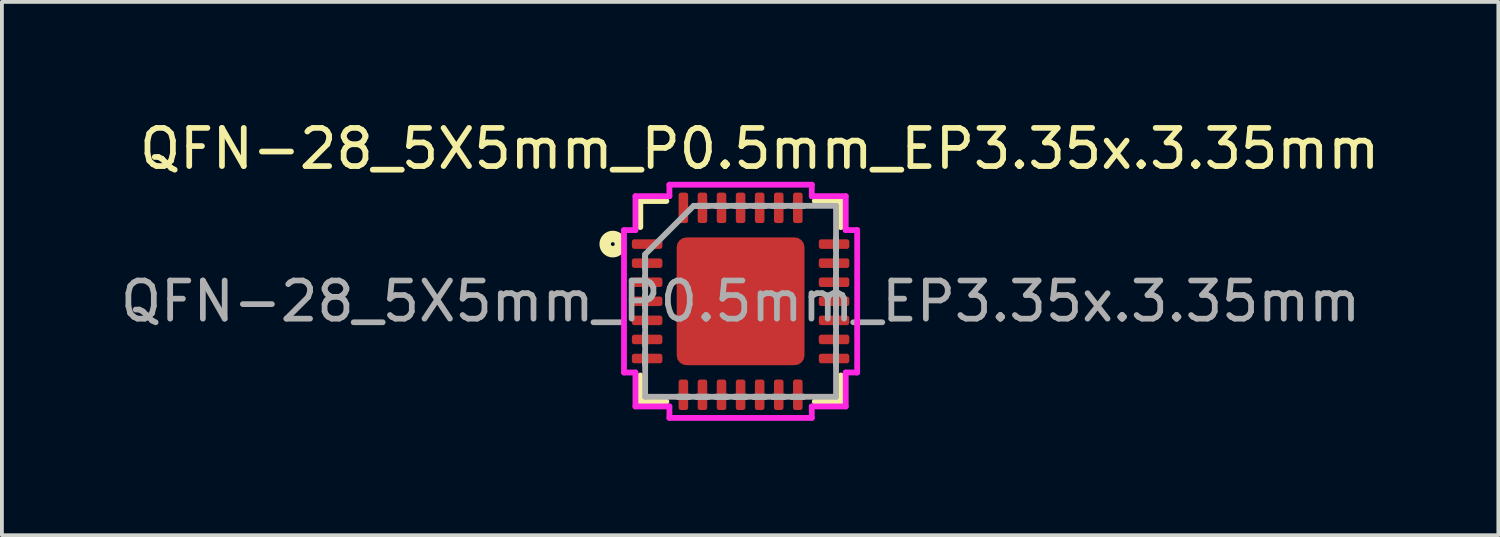
<source format=kicad_pcb>
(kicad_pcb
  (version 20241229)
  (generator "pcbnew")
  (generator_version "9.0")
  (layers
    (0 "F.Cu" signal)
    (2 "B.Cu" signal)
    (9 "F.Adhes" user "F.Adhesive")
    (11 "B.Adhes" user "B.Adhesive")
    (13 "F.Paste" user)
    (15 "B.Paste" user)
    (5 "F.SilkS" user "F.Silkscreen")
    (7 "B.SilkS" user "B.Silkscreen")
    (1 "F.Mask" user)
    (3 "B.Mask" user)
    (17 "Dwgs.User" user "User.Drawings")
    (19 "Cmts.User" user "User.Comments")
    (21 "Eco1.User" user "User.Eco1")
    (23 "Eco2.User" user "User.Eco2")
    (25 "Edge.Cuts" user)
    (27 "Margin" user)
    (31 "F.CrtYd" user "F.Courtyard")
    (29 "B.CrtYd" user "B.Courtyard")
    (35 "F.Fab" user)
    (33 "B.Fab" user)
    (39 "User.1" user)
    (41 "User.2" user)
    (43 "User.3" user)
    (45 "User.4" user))
  (footprint "QFN-28_5X5mm_P0.5mm_EP3.35x.3.35mm"
    (layer "F.Cu")
    (at 16.363 4.848)
    (property "Reference" "QFN-28_5X5mm_P0.5mm_EP3.35x.3.35mm" (at 0.5 -4 0) (layer "F.SilkS") (effects (font (size 1 1) (thickness 0.15))))
    (attr smd)
    (fp_line (start -2.629 -2.629) (end -2.629 -1.945) (stroke (width 0.152) (type solid)) (layer "F.SilkS"))
    (fp_line (start -2.629 1.945) (end -2.629 2.629) (stroke (width 0.152) (type solid)) (layer "F.SilkS"))
    (fp_line (start -2.629 2.629) (end -1.945 2.629) (stroke (width 0.152) (type solid)) (layer "F.SilkS"))
    (fp_line (start -1.945 -2.629) (end -2.629 -2.629) (stroke (width 0.152) (type solid)) (layer "F.SilkS"))
    (fp_line (start 1.945 2.629) (end 2.629 2.629) (stroke (width 0.152) (type solid)) (layer "F.SilkS"))
    (fp_line (start 2.629 -2.629) (end 1.945 -2.629) (stroke (width 0.152) (type solid)) (layer "F.SilkS"))
    (fp_line (start 2.629 -1.945) (end 2.629 -2.629) (stroke (width 0.152) (type solid)) (layer "F.SilkS"))
    (fp_line (start 2.629 2.629) (end 2.629 1.945) (stroke (width 0.152) (type solid)) (layer "F.SilkS"))
    (fp_circle (center -3.35 -1.5) (end -3.3 -1.5) (stroke (width 0.3) (type solid)) (fill no) (layer "F.SilkS"))
    (fp_line (start -3.056 -1.866) (end -2.756 -1.866) (stroke (width 0.152) (type solid)) (layer "F.CrtYd"))
    (fp_line (start -3.056 1.866) (end -3.056 -1.866) (stroke (width 0.152) (type solid)) (layer "F.CrtYd"))
    (fp_line (start -2.756 -2.756) (end -1.866 -2.756) (stroke (width 0.152) (type solid)) (layer "F.CrtYd"))
    (fp_line (start -2.756 -1.866) (end -2.756 -2.756) (stroke (width 0.152) (type solid)) (layer "F.CrtYd"))
    (fp_line (start -2.756 1.866) (end -3.056 1.866) (stroke (width 0.152) (type solid)) (layer "F.CrtYd"))
    (fp_line (start -2.756 2.756) (end -2.756 1.866) (stroke (width 0.152) (type solid)) (layer "F.CrtYd"))
    (fp_line (start -1.866 -3.056) (end 1.866 -3.056) (stroke (width 0.152) (type solid)) (layer "F.CrtYd"))
    (fp_line (start -1.866 -2.756) (end -1.866 -3.056) (stroke (width 0.152) (type solid)) (layer "F.CrtYd"))
    (fp_line (start -1.866 2.756) (end -2.756 2.756) (stroke (width 0.152) (type solid)) (layer "F.CrtYd"))
    (fp_line (start -1.866 3.056) (end -1.866 2.756) (stroke (width 0.152) (type solid)) (layer "F.CrtYd"))
    (fp_line (start 1.866 -3.056) (end 1.866 -2.756) (stroke (width 0.152) (type solid)) (layer "F.CrtYd"))
    (fp_line (start 1.866 -2.756) (end 2.756 -2.756) (stroke (width 0.152) (type solid)) (layer "F.CrtYd"))
    (fp_line (start 1.866 2.756) (end 1.866 3.056) (stroke (width 0.152) (type solid)) (layer "F.CrtYd"))
    (fp_line (start 1.866 3.056) (end -1.866 3.056) (stroke (width 0.152) (type solid)) (layer "F.CrtYd"))
    (fp_line (start 2.756 -2.756) (end 2.756 -1.866) (stroke (width 0.152) (type solid)) (layer "F.CrtYd"))
    (fp_line (start 2.756 -1.866) (end 3.056 -1.866) (stroke (width 0.152) (type solid)) (layer "F.CrtYd"))
    (fp_line (start 2.756 1.866) (end 2.756 2.756) (stroke (width 0.152) (type solid)) (layer "F.CrtYd"))
    (fp_line (start 2.756 2.756) (end 1.866 2.756) (stroke (width 0.152) (type solid)) (layer "F.CrtYd"))
    (fp_line (start 3.056 -1.866) (end 3.056 1.866) (stroke (width 0.152) (type solid)) (layer "F.CrtYd"))
    (fp_line (start 3.056 1.866) (end 2.756 1.866) (stroke (width 0.152) (type solid)) (layer "F.CrtYd"))
    (fp_line (start -2.502 -1.232) (end -2.502 2.502) (stroke (width 0.152) (type solid)) (layer "F.Fab"))
    (fp_line (start -2.502 -1.232) (end -1.232 -2.502) (stroke (width 0.152) (type solid)) (layer "F.Fab"))
    (fp_line (start -2.502 -1.152) (end -2.502 -1.152) (stroke (width 0.152) (type solid)) (layer "F.Fab"))
    (fp_line (start -2.502 -1.152) (end -2.502 -0.848) (stroke (width 0.152) (type solid)) (layer "F.Fab"))
    (fp_line (start -2.502 -0.848) (end -2.502 -1.152) (stroke (width 0.152) (type solid)) (layer "F.Fab"))
    (fp_line (start -2.502 -0.848) (end -2.502 -0.848) (stroke (width 0.152) (type solid)) (layer "F.Fab"))
    (fp_line (start -2.502 -0.652) (end -2.502 -0.652) (stroke (width 0.152) (type solid)) (layer "F.Fab"))
    (fp_line (start -2.502 -0.652) (end -2.502 -0.348) (stroke (width 0.152) (type solid)) (layer "F.Fab"))
    (fp_line (start -2.502 -0.348) (end -2.502 -0.652) (stroke (width 0.152) (type solid)) (layer "F.Fab"))
    (fp_line (start -2.502 -0.348) (end -2.502 -0.348) (stroke (width 0.152) (type solid)) (layer "F.Fab"))
    (fp_line (start -2.502 -0.152) (end -2.502 -0.152) (stroke (width 0.152) (type solid)) (layer "F.Fab"))
    (fp_line (start -2.502 -0.152) (end -2.502 0.152) (stroke (width 0.152) (type solid)) (layer "F.Fab"))
    (fp_line (start -2.502 0.152) (end -2.502 -0.152) (stroke (width 0.152) (type solid)) (layer "F.Fab"))
    (fp_line (start -2.502 0.152) (end -2.502 0.152) (stroke (width 0.152) (type solid)) (layer "F.Fab"))
    (fp_line (start -2.502 0.348) (end -2.502 0.348) (stroke (width 0.152) (type solid)) (layer "F.Fab"))
    (fp_line (start -2.502 0.348) (end -2.502 0.652) (stroke (width 0.152) (type solid)) (layer "F.Fab"))
    (fp_line (start -2.502 0.652) (end -2.502 0.348) (stroke (width 0.152) (type solid)) (layer "F.Fab"))
    (fp_line (start -2.502 0.652) (end -2.502 0.652) (stroke (width 0.152) (type solid)) (layer "F.Fab"))
    (fp_line (start -2.502 0.848) (end -2.502 0.848) (stroke (width 0.152) (type solid)) (layer "F.Fab"))
    (fp_line (start -2.502 0.848) (end -2.502 1.152) (stroke (width 0.152) (type solid)) (layer "F.Fab"))
    (fp_line (start -2.502 1.152) (end -2.502 0.848) (stroke (width 0.152) (type solid)) (layer "F.Fab"))
    (fp_line (start -2.502 1.152) (end -2.502 1.152) (stroke (width 0.152) (type solid)) (layer "F.Fab"))
    (fp_line (start -2.502 1.348) (end -2.502 1.348) (stroke (width 0.152) (type solid)) (layer "F.Fab"))
    (fp_line (start -2.502 1.348) (end -2.502 1.652) (stroke (width 0.152) (type solid)) (layer "F.Fab"))
    (fp_line (start -2.502 1.652) (end -2.502 1.348) (stroke (width 0.152) (type solid)) (layer "F.Fab"))
    (fp_line (start -2.502 1.652) (end -2.502 1.652) (stroke (width 0.152) (type solid)) (layer "F.Fab"))
    (fp_line (start -2.502 2.502) (end 2.502 2.502) (stroke (width 0.152) (type solid)) (layer "F.Fab"))
    (fp_line (start -1.652 2.502) (end -1.652 2.502) (stroke (width 0.152) (type solid)) (layer "F.Fab"))
    (fp_line (start -1.652 2.502) (end -1.348 2.502) (stroke (width 0.152) (type solid)) (layer "F.Fab"))
    (fp_line (start -1.348 2.502) (end -1.652 2.502) (stroke (width 0.152) (type solid)) (layer "F.Fab"))
    (fp_line (start -1.348 2.502) (end -1.348 2.502) (stroke (width 0.152) (type solid)) (layer "F.Fab"))
    (fp_line (start -1.152 -2.502) (end -1.152 -2.502) (stroke (width 0.152) (type solid)) (layer "F.Fab"))
    (fp_line (start -1.152 -2.502) (end -0.848 -2.502) (stroke (width 0.152) (type solid)) (layer "F.Fab"))
    (fp_line (start -1.152 2.502) (end -1.152 2.502) (stroke (width 0.152) (type solid)) (layer "F.Fab"))
    (fp_line (start -1.152 2.502) (end -0.848 2.502) (stroke (width 0.152) (type solid)) (layer "F.Fab"))
    (fp_line (start -0.848 -2.502) (end -1.152 -2.502) (stroke (width 0.152) (type solid)) (layer "F.Fab"))
    (fp_line (start -0.848 -2.502) (end -0.848 -2.502) (stroke (width 0.152) (type solid)) (layer "F.Fab"))
    (fp_line (start -0.848 2.502) (end -1.152 2.502) (stroke (width 0.152) (type solid)) (layer "F.Fab"))
    (fp_line (start -0.848 2.502) (end -0.848 2.502) (stroke (width 0.152) (type solid)) (layer "F.Fab"))
    (fp_line (start -0.652 -2.502) (end -0.652 -2.502) (stroke (width 0.152) (type solid)) (layer "F.Fab"))
    (fp_line (start -0.652 -2.502) (end -0.348 -2.502) (stroke (width 0.152) (type solid)) (layer "F.Fab"))
    (fp_line (start -0.652 2.502) (end -0.652 2.502) (stroke (width 0.152) (type solid)) (layer "F.Fab"))
    (fp_line (start -0.652 2.502) (end -0.348 2.502) (stroke (width 0.152) (type solid)) (layer "F.Fab"))
    (fp_line (start -0.348 -2.502) (end -0.652 -2.502) (stroke (width 0.152) (type solid)) (layer "F.Fab"))
    (fp_line (start -0.348 -2.502) (end -0.348 -2.502) (stroke (width 0.152) (type solid)) (layer "F.Fab"))
    (fp_line (start -0.348 2.502) (end -0.652 2.502) (stroke (width 0.152) (type solid)) (layer "F.Fab"))
    (fp_line (start -0.348 2.502) (end -0.348 2.502) (stroke (width 0.152) (type solid)) (layer "F.Fab"))
    (fp_line (start -0.152 -2.502) (end -0.152 -2.502) (stroke (width 0.152) (type solid)) (layer "F.Fab"))
    (fp_line (start -0.152 -2.502) (end 0.152 -2.502) (stroke (width 0.152) (type solid)) (layer "F.Fab"))
    (fp_line (start -0.152 2.502) (end -0.152 2.502) (stroke (width 0.152) (type solid)) (layer "F.Fab"))
    (fp_line (start -0.152 2.502) (end 0.152 2.502) (stroke (width 0.152) (type solid)) (layer "F.Fab"))
    (fp_line (start 0.152 -2.502) (end -0.152 -2.502) (stroke (width 0.152) (type solid)) (layer "F.Fab"))
    (fp_line (start 0.152 -2.502) (end 0.152 -2.502) (stroke (width 0.152) (type solid)) (layer "F.Fab"))
    (fp_line (start 0.152 2.502) (end -0.152 2.502) (stroke (width 0.152) (type solid)) (layer "F.Fab"))
    (fp_line (start 0.152 2.502) (end 0.152 2.502) (stroke (width 0.152) (type solid)) (layer "F.Fab"))
    (fp_line (start 0.348 -2.502) (end 0.348 -2.502) (stroke (width 0.152) (type solid)) (layer "F.Fab"))
    (fp_line (start 0.348 -2.502) (end 0.652 -2.502) (stroke (width 0.152) (type solid)) (layer "F.Fab"))
    (fp_line (start 0.348 2.502) (end 0.348 2.502) (stroke (width 0.152) (type solid)) (layer "F.Fab"))
    (fp_line (start 0.348 2.502) (end 0.652 2.502) (stroke (width 0.152) (type solid)) (layer "F.Fab"))
    (fp_line (start 0.652 -2.502) (end 0.348 -2.502) (stroke (width 0.152) (type solid)) (layer "F.Fab"))
    (fp_line (start 0.652 -2.502) (end 0.652 -2.502) (stroke (width 0.152) (type solid)) (layer "F.Fab"))
    (fp_line (start 0.652 2.502) (end 0.348 2.502) (stroke (width 0.152) (type solid)) (layer "F.Fab"))
    (fp_line (start 0.652 2.502) (end 0.652 2.502) (stroke (width 0.152) (type solid)) (layer "F.Fab"))
    (fp_line (start 0.848 -2.502) (end 0.848 -2.502) (stroke (width 0.152) (type solid)) (layer "F.Fab"))
    (fp_line (start 0.848 -2.502) (end 1.152 -2.502) (stroke (width 0.152) (type solid)) (layer "F.Fab"))
    (fp_line (start 0.848 2.502) (end 0.848 2.502) (stroke (width 0.152) (type solid)) (layer "F.Fab"))
    (fp_line (start 0.848 2.502) (end 1.152 2.502) (stroke (width 0.152) (type solid)) (layer "F.Fab"))
    (fp_line (start 1.152 -2.502) (end 0.848 -2.502) (stroke (width 0.152) (type solid)) (layer "F.Fab"))
    (fp_line (start 1.152 -2.502) (end 1.152 -2.502) (stroke (width 0.152) (type solid)) (layer "F.Fab"))
    (fp_line (start 1.152 2.502) (end 0.848 2.502) (stroke (width 0.152) (type solid)) (layer "F.Fab"))
    (fp_line (start 1.152 2.502) (end 1.152 2.502) (stroke (width 0.152) (type solid)) (layer "F.Fab"))
    (fp_line (start 1.348 -2.502) (end 1.348 -2.502) (stroke (width 0.152) (type solid)) (layer "F.Fab"))
    (fp_line (start 1.348 -2.502) (end 1.652 -2.502) (stroke (width 0.152) (type solid)) (layer "F.Fab"))
    (fp_line (start 1.348 2.502) (end 1.348 2.502) (stroke (width 0.152) (type solid)) (layer "F.Fab"))
    (fp_line (start 1.348 2.502) (end 1.652 2.502) (stroke (width 0.152) (type solid)) (layer "F.Fab"))
    (fp_line (start 1.652 -2.502) (end 1.348 -2.502) (stroke (width 0.152) (type solid)) (layer "F.Fab"))
    (fp_line (start 1.652 -2.502) (end 1.652 -2.502) (stroke (width 0.152) (type solid)) (layer "F.Fab"))
    (fp_line (start 1.652 2.502) (end 1.348 2.502) (stroke (width 0.152) (type solid)) (layer "F.Fab"))
    (fp_line (start 1.652 2.502) (end 1.652 2.502) (stroke (width 0.152) (type solid)) (layer "F.Fab"))
    (fp_line (start 2.502 -2.502) (end -1.232 -2.502) (stroke (width 0.152) (type solid)) (layer "F.Fab"))
    (fp_line (start 2.502 -1.652) (end 2.502 -1.652) (stroke (width 0.152) (type solid)) (layer "F.Fab"))
    (fp_line (start 2.502 -1.652) (end 2.502 -1.348) (stroke (width 0.152) (type solid)) (layer "F.Fab"))
    (fp_line (start 2.502 -1.348) (end 2.502 -1.652) (stroke (width 0.152) (type solid)) (layer "F.Fab"))
    (fp_line (start 2.502 -1.348) (end 2.502 -1.348) (stroke (width 0.152) (type solid)) (layer "F.Fab"))
    (fp_line (start 2.502 -1.152) (end 2.502 -1.152) (stroke (width 0.152) (type solid)) (layer "F.Fab"))
    (fp_line (start 2.502 -1.152) (end 2.502 -0.848) (stroke (width 0.152) (type solid)) (layer "F.Fab"))
    (fp_line (start 2.502 -0.848) (end 2.502 -1.152) (stroke (width 0.152) (type solid)) (layer "F.Fab"))
    (fp_line (start 2.502 -0.848) (end 2.502 -0.848) (stroke (width 0.152) (type solid)) (layer "F.Fab"))
    (fp_line (start 2.502 -0.652) (end 2.502 -0.652) (stroke (width 0.152) (type solid)) (layer "F.Fab"))
    (fp_line (start 2.502 -0.652) (end 2.502 -0.348) (stroke (width 0.152) (type solid)) (layer "F.Fab"))
    (fp_line (start 2.502 -0.348) (end 2.502 -0.652) (stroke (width 0.152) (type solid)) (layer "F.Fab"))
    (fp_line (start 2.502 -0.348) (end 2.502 -0.348) (stroke (width 0.152) (type solid)) (layer "F.Fab"))
    (fp_line (start 2.502 -0.152) (end 2.502 -0.152) (stroke (width 0.152) (type solid)) (layer "F.Fab"))
    (fp_line (start 2.502 -0.152) (end 2.502 0.152) (stroke (width 0.152) (type solid)) (layer "F.Fab"))
    (fp_line (start 2.502 0.152) (end 2.502 -0.152) (stroke (width 0.152) (type solid)) (layer "F.Fab"))
    (fp_line (start 2.502 0.152) (end 2.502 0.152) (stroke (width 0.152) (type solid)) (layer "F.Fab"))
    (fp_line (start 2.502 0.348) (end 2.502 0.348) (stroke (width 0.152) (type solid)) (layer "F.Fab"))
    (fp_line (start 2.502 0.348) (end 2.502 0.652) (stroke (width 0.152) (type solid)) (layer "F.Fab"))
    (fp_line (start 2.502 0.652) (end 2.502 0.348) (stroke (width 0.152) (type solid)) (layer "F.Fab"))
    (fp_line (start 2.502 0.652) (end 2.502 0.652) (stroke (width 0.152) (type solid)) (layer "F.Fab"))
    (fp_line (start 2.502 0.848) (end 2.502 0.848) (stroke (width 0.152) (type solid)) (layer "F.Fab"))
    (fp_line (start 2.502 0.848) (end 2.502 1.152) (stroke (width 0.152) (type solid)) (layer "F.Fab"))
    (fp_line (start 2.502 1.152) (end 2.502 0.848) (stroke (width 0.152) (type solid)) (layer "F.Fab"))
    (fp_line (start 2.502 1.152) (end 2.502 1.152) (stroke (width 0.152) (type solid)) (layer "F.Fab"))
    (fp_line (start 2.502 1.348) (end 2.502 1.348) (stroke (width 0.152) (type solid)) (layer "F.Fab"))
    (fp_line (start 2.502 1.348) (end 2.502 1.652) (stroke (width 0.152) (type solid)) (layer "F.Fab"))
    (fp_line (start 2.502 1.652) (end 2.502 1.348) (stroke (width 0.152) (type solid)) (layer "F.Fab"))
    (fp_line (start 2.502 1.652) (end 2.502 1.652) (stroke (width 0.152) (type solid)) (layer "F.Fab"))
    (fp_line (start 2.502 2.502) (end 2.502 -2.502) (stroke (width 0.152) (type solid)) (layer "F.Fab"))
    (fp_text user "${REFERENCE}" (at 0 0 0) (layer "F.Fab") (effects (font (size 1 1) (thickness 0.15))))
    (pad "" smd roundrect (at -1.12 -1.12) (size 0.9 0.9) (layers "F.Paste") (roundrect_rratio 0.25))
    (pad "" smd roundrect (at -1.12 0) (size 0.9 0.9) (layers "F.Paste") (roundrect_rratio 0.25))
    (pad "" smd roundrect (at -1.12 1.12) (size 0.9 0.9) (layers "F.Paste") (roundrect_rratio 0.25))
    (pad "" smd roundrect (at 0 -1.12) (size 0.9 0.9) (layers "F.Paste") (roundrect_rratio 0.25))
    (pad "" smd roundrect (at 0 0) (size 0.9 0.9) (layers "F.Paste") (roundrect_rratio 0.25))
    (pad "" smd roundrect (at 0 1.12) (size 0.9 0.9) (layers "F.Paste") (roundrect_rratio 0.25))
    (pad "" smd roundrect (at 1.12 -1.12) (size 0.9 0.9) (layers "F.Paste") (roundrect_rratio 0.25))
    (pad "" smd roundrect (at 1.12 0) (size 0.9 0.9) (layers "F.Paste") (roundrect_rratio 0.25))
    (pad "" smd roundrect (at 1.12 1.12) (size 0.9 0.9) (layers "F.Paste") (roundrect_rratio 0.25))
    (pad "1" smd roundrect (at -2.45 -1.5 90) (size 0.25 0.8) (layers "F.Cu" "F.Mask" "F.Paste") (roundrect_rratio 0.25))
    (pad "2" smd roundrect (at -2.45 -1 90) (size 0.25 0.8) (layers "F.Cu" "F.Mask" "F.Paste") (roundrect_rratio 0.25))
    (pad "3" smd roundrect (at -2.45 -0.5 90) (size 0.25 0.8) (layers "F.Cu" "F.Mask" "F.Paste") (roundrect_rratio 0.25))
    (pad "4" smd roundrect (at -2.45 0 90) (size 0.25 0.8) (layers "F.Cu" "F.Mask" "F.Paste") (roundrect_rratio 0.25))
    (pad "5" smd roundrect (at -2.45 0.5 90) (size 0.25 0.8) (layers "F.Cu" "F.Mask" "F.Paste") (roundrect_rratio 0.25))
    (pad "6" smd roundrect (at -2.45 1 90) (size 0.25 0.8) (layers "F.Cu" "F.Mask" "F.Paste") (roundrect_rratio 0.25))
    (pad "7" smd roundrect (at -2.45 1.5 90) (size 0.25 0.8) (layers "F.Cu" "F.Mask" "F.Paste") (roundrect_rratio 0.25))
    (pad "8" smd roundrect (at -1.5 2.45) (size 0.25 0.8) (layers "F.Cu" "F.Mask" "F.Paste") (roundrect_rratio 0.25))
    (pad "9" smd roundrect (at -1 2.45) (size 0.25 0.8) (layers "F.Cu" "F.Mask" "F.Paste") (roundrect_rratio 0.25))
    (pad "10" smd roundrect (at -0.5 2.45) (size 0.25 0.8) (layers "F.Cu" "F.Mask" "F.Paste") (roundrect_rratio 0.25))
    (pad "11" smd roundrect (at 0 2.45) (size 0.25 0.8) (layers "F.Cu" "F.Mask" "F.Paste") (roundrect_rratio 0.25))
    (pad "12" smd roundrect (at 0.5 2.45) (size 0.25 0.8) (layers "F.Cu" "F.Mask" "F.Paste") (roundrect_rratio 0.25))
    (pad "13" smd roundrect (at 1 2.45) (size 0.25 0.8) (layers "F.Cu" "F.Mask" "F.Paste") (roundrect_rratio 0.25))
    (pad "14" smd roundrect (at 1.5 2.45) (size 0.25 0.8) (layers "F.Cu" "F.Mask" "F.Paste") (roundrect_rratio 0.25))
    (pad "15" smd roundrect (at 2.45 1.5 90) (size 0.25 0.8) (layers "F.Cu" "F.Mask" "F.Paste") (roundrect_rratio 0.25))
    (pad "16" smd roundrect (at 2.45 1 90) (size 0.25 0.8) (layers "F.Cu" "F.Mask" "F.Paste") (roundrect_rratio 0.25))
    (pad "17" smd roundrect (at 2.45 0.5 90) (size 0.25 0.8) (layers "F.Cu" "F.Mask" "F.Paste") (roundrect_rratio 0.25))
    (pad "18" smd roundrect (at 2.45 0 90) (size 0.25 0.8) (layers "F.Cu" "F.Mask" "F.Paste") (roundrect_rratio 0.25))
    (pad "19" smd roundrect (at 2.45 -0.5 90) (size 0.25 0.8) (layers "F.Cu" "F.Mask" "F.Paste") (roundrect_rratio 0.25))
    (pad "20" smd roundrect (at 2.45 -1 90) (size 0.25 0.8) (layers "F.Cu" "F.Mask" "F.Paste") (roundrect_rratio 0.25))
    (pad "21" smd roundrect (at 2.45 -1.5 90) (size 0.25 0.8) (layers "F.Cu" "F.Mask" "F.Paste") (roundrect_rratio 0.25))
    (pad "22" smd roundrect (at 1.5 -2.45) (size 0.25 0.8) (layers "F.Cu" "F.Mask" "F.Paste") (roundrect_rratio 0.25))
    (pad "23" smd roundrect (at 1 -2.45) (size 0.25 0.8) (layers "F.Cu" "F.Mask" "F.Paste") (roundrect_rratio 0.25))
    (pad "24" smd roundrect (at 0.5 -2.45) (size 0.25 0.8) (layers "F.Cu" "F.Mask" "F.Paste") (roundrect_rratio 0.25))
    (pad "25" smd roundrect (at 0 -2.45) (size 0.25 0.8) (layers "F.Cu" "F.Mask" "F.Paste") (roundrect_rratio 0.25))
    (pad "26" smd roundrect (at -0.5 -2.45) (size 0.25 0.8) (layers "F.Cu" "F.Mask" "F.Paste") (roundrect_rratio 0.25))
    (pad "27" smd roundrect (at -1 -2.45) (size 0.25 0.8) (layers "F.Cu" "F.Mask" "F.Paste") (roundrect_rratio 0.25))
    (pad "28" smd roundrect (at -1.5 -2.45) (size 0.25 0.8) (layers "F.Cu" "F.Mask" "F.Paste") (roundrect_rratio 0.25))
    (pad "29" smd roundrect (at 0 0) (size 3.35 3.35) (layers "F.Cu" "F.Mask") (roundrect_rratio 0.077)))
  (gr_rect
    (start -3 -3)
    (end 36.226 10.98)
    (stroke (width 0.1) (type default))
    (fill no)
    (layer "Edge.Cuts")))
</source>
